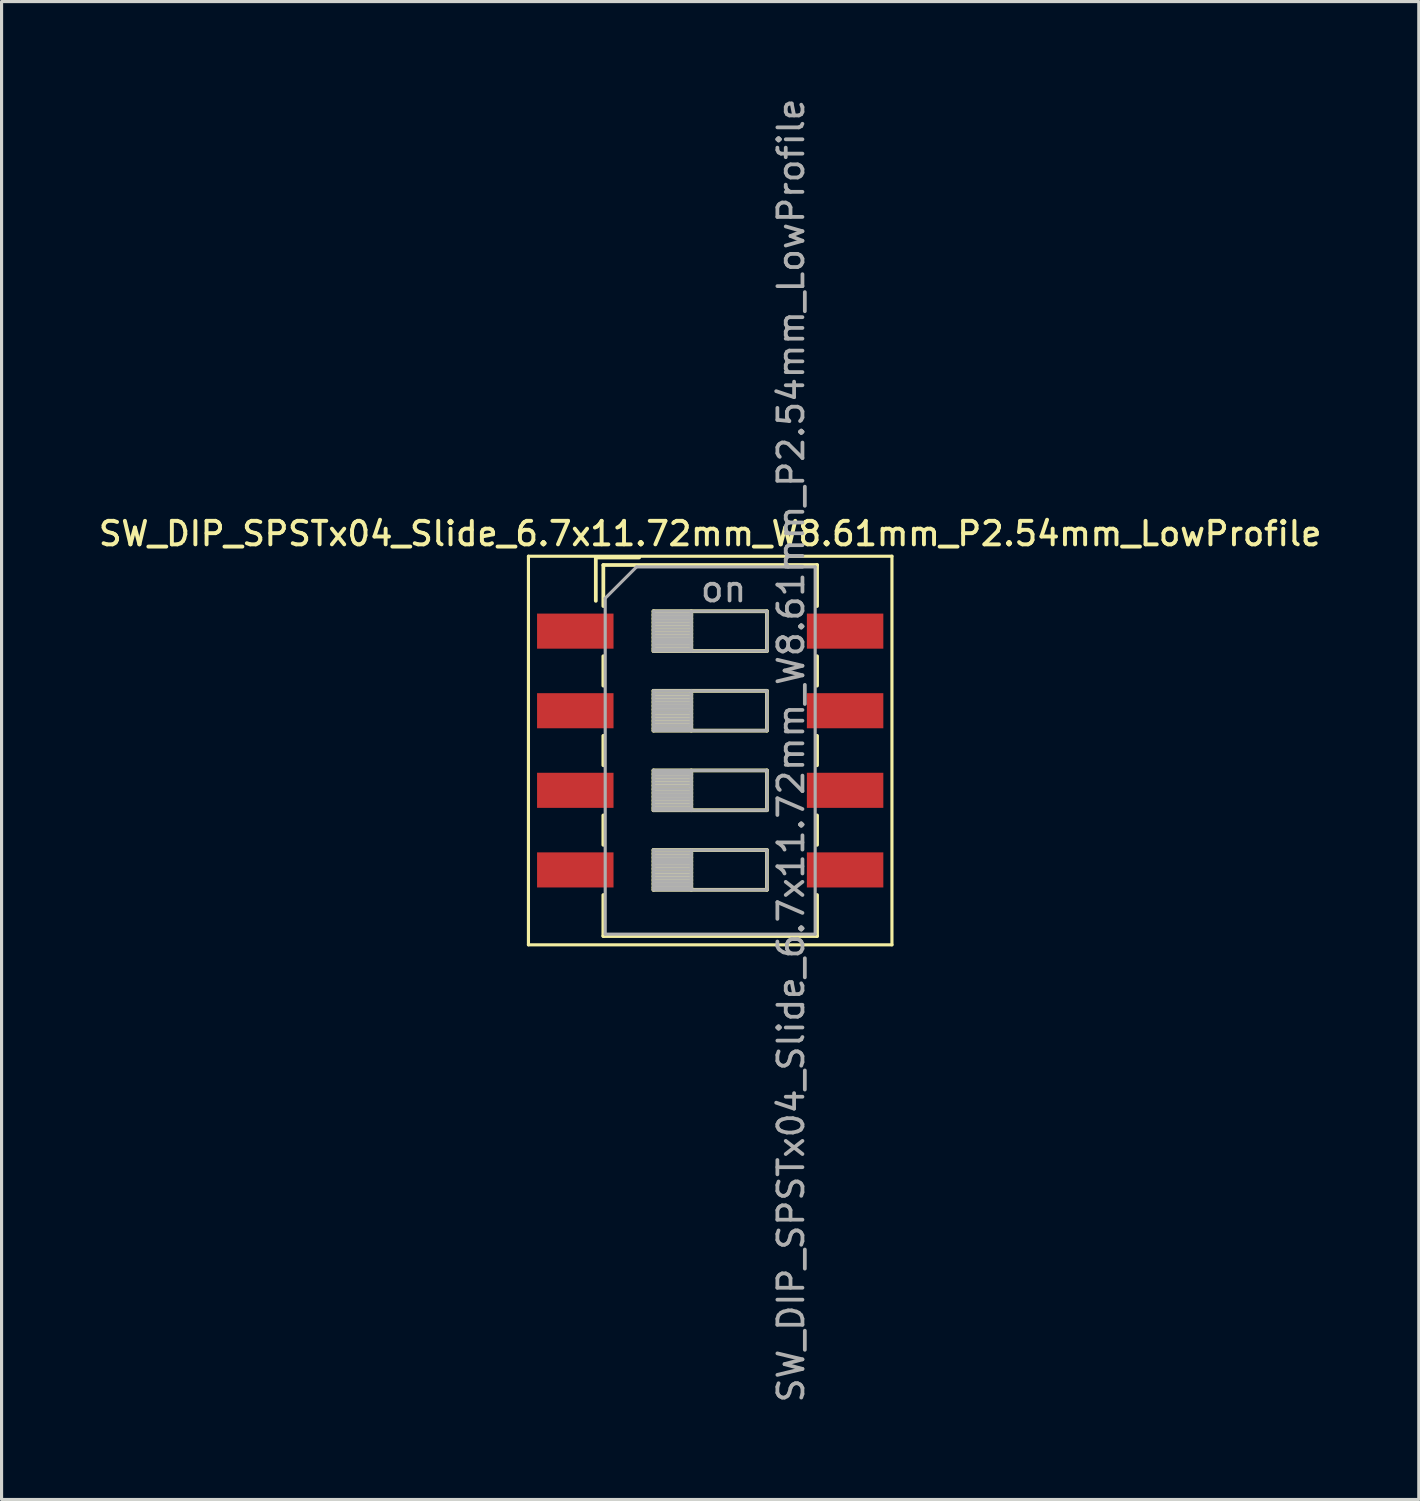
<source format=kicad_pcb>
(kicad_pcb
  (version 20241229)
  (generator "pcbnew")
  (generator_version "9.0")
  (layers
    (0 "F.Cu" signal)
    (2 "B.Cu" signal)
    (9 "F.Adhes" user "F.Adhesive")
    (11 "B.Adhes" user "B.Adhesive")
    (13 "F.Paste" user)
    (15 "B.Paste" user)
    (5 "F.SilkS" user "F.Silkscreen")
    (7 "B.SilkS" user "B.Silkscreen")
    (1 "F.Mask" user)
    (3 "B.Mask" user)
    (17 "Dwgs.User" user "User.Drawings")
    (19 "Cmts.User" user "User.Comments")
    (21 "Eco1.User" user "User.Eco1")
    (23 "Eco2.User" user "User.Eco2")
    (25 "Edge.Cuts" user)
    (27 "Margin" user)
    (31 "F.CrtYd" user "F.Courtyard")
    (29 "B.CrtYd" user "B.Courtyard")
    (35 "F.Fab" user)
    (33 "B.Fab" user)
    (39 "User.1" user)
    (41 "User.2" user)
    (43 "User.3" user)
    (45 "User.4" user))
  (footprint "SW_DIP_SPSTx04_Slide_6.7x11.72mm_W8.61mm_P2.54mm_LowProfile"
    (layer "F.Cu")
    (at 19.613 20.9)
    (property "Reference" "SW_DIP_SPSTx04_Slide_6.7x11.72mm_W8.61mm_P2.54mm_LowProfile" (at 0 -6.92 0) (layer "F.SilkS") (effects (font (size 0.75 0.75) (thickness 0.125))))
    (attr smd)
    (fp_line (start -5.8 -6.2) (end -5.8 6.2) (stroke (width 0.1) (type solid)) (layer "F.SilkS"))
    (fp_line (start -5.8 6.2) (end 5.8 6.2) (stroke (width 0.1) (type solid)) (layer "F.SilkS"))
    (fp_line (start -3.65 -6.16) (end -3.65 -4.777) (stroke (width 0.12) (type solid)) (layer "F.SilkS"))
    (fp_line (start -3.65 -6.16) (end -2.267 -6.16) (stroke (width 0.12) (type solid)) (layer "F.SilkS"))
    (fp_line (start -3.41 -5.92) (end -3.41 -4.61) (stroke (width 0.12) (type solid)) (layer "F.SilkS"))
    (fp_line (start -3.41 -5.92) (end 3.41 -5.92) (stroke (width 0.12) (type solid)) (layer "F.SilkS"))
    (fp_line (start -3.41 -3.01) (end -3.41 -2.07) (stroke (width 0.12) (type solid)) (layer "F.SilkS"))
    (fp_line (start -3.41 -0.47) (end -3.41 0.47) (stroke (width 0.12) (type solid)) (layer "F.SilkS"))
    (fp_line (start -3.41 2.07) (end -3.41 3.01) (stroke (width 0.12) (type solid)) (layer "F.SilkS"))
    (fp_line (start -3.41 4.61) (end -3.41 5.92) (stroke (width 0.12) (type solid)) (layer "F.SilkS"))
    (fp_line (start -3.41 5.92) (end 3.41 5.92) (stroke (width 0.12) (type solid)) (layer "F.SilkS"))
    (fp_line (start -1.81 -4.445) (end -1.81 -3.175) (stroke (width 0.12) (type solid)) (layer "F.SilkS"))
    (fp_line (start -1.81 -4.325) (end -0.603 -4.325) (stroke (width 0.12) (type solid)) (layer "F.SilkS"))
    (fp_line (start -1.81 -4.205) (end -0.603 -4.205) (stroke (width 0.12) (type solid)) (layer "F.SilkS"))
    (fp_line (start -1.81 -4.085) (end -0.603 -4.085) (stroke (width 0.12) (type solid)) (layer "F.SilkS"))
    (fp_line (start -1.81 -3.965) (end -0.603 -3.965) (stroke (width 0.12) (type solid)) (layer "F.SilkS"))
    (fp_line (start -1.81 -3.845) (end -0.603 -3.845) (stroke (width 0.12) (type solid)) (layer "F.SilkS"))
    (fp_line (start -1.81 -3.725) (end -0.603 -3.725) (stroke (width 0.12) (type solid)) (layer "F.SilkS"))
    (fp_line (start -1.81 -3.605) (end -0.603 -3.605) (stroke (width 0.12) (type solid)) (layer "F.SilkS"))
    (fp_line (start -1.81 -3.485) (end -0.603 -3.485) (stroke (width 0.12) (type solid)) (layer "F.SilkS"))
    (fp_line (start -1.81 -3.365) (end -0.603 -3.365) (stroke (width 0.12) (type solid)) (layer "F.SilkS"))
    (fp_line (start -1.81 -3.245) (end -0.603 -3.245) (stroke (width 0.12) (type solid)) (layer "F.SilkS"))
    (fp_line (start -1.81 -3.175) (end 1.81 -3.175) (stroke (width 0.12) (type solid)) (layer "F.SilkS"))
    (fp_line (start -1.81 -1.905) (end -1.81 -0.635) (stroke (width 0.12) (type solid)) (layer "F.SilkS"))
    (fp_line (start -1.81 -1.785) (end -0.603 -1.785) (stroke (width 0.12) (type solid)) (layer "F.SilkS"))
    (fp_line (start -1.81 -1.665) (end -0.603 -1.665) (stroke (width 0.12) (type solid)) (layer "F.SilkS"))
    (fp_line (start -1.81 -1.545) (end -0.603 -1.545) (stroke (width 0.12) (type solid)) (layer "F.SilkS"))
    (fp_line (start -1.81 -1.425) (end -0.603 -1.425) (stroke (width 0.12) (type solid)) (layer "F.SilkS"))
    (fp_line (start -1.81 -1.305) (end -0.603 -1.305) (stroke (width 0.12) (type solid)) (layer "F.SilkS"))
    (fp_line (start -1.81 -1.185) (end -0.603 -1.185) (stroke (width 0.12) (type solid)) (layer "F.SilkS"))
    (fp_line (start -1.81 -1.065) (end -0.603 -1.065) (stroke (width 0.12) (type solid)) (layer "F.SilkS"))
    (fp_line (start -1.81 -0.945) (end -0.603 -0.945) (stroke (width 0.12) (type solid)) (layer "F.SilkS"))
    (fp_line (start -1.81 -0.825) (end -0.603 -0.825) (stroke (width 0.12) (type solid)) (layer "F.SilkS"))
    (fp_line (start -1.81 -0.705) (end -0.603 -0.705) (stroke (width 0.12) (type solid)) (layer "F.SilkS"))
    (fp_line (start -1.81 -0.635) (end 1.81 -0.635) (stroke (width 0.12) (type solid)) (layer "F.SilkS"))
    (fp_line (start -1.81 0.635) (end -1.81 1.905) (stroke (width 0.12) (type solid)) (layer "F.SilkS"))
    (fp_line (start -1.81 0.755) (end -0.603 0.755) (stroke (width 0.12) (type solid)) (layer "F.SilkS"))
    (fp_line (start -1.81 0.875) (end -0.603 0.875) (stroke (width 0.12) (type solid)) (layer "F.SilkS"))
    (fp_line (start -1.81 0.995) (end -0.603 0.995) (stroke (width 0.12) (type solid)) (layer "F.SilkS"))
    (fp_line (start -1.81 1.115) (end -0.603 1.115) (stroke (width 0.12) (type solid)) (layer "F.SilkS"))
    (fp_line (start -1.81 1.235) (end -0.603 1.235) (stroke (width 0.12) (type solid)) (layer "F.SilkS"))
    (fp_line (start -1.81 1.355) (end -0.603 1.355) (stroke (width 0.12) (type solid)) (layer "F.SilkS"))
    (fp_line (start -1.81 1.475) (end -0.603 1.475) (stroke (width 0.12) (type solid)) (layer "F.SilkS"))
    (fp_line (start -1.81 1.595) (end -0.603 1.595) (stroke (width 0.12) (type solid)) (layer "F.SilkS"))
    (fp_line (start -1.81 1.715) (end -0.603 1.715) (stroke (width 0.12) (type solid)) (layer "F.SilkS"))
    (fp_line (start -1.81 1.835) (end -0.603 1.835) (stroke (width 0.12) (type solid)) (layer "F.SilkS"))
    (fp_line (start -1.81 1.905) (end 1.81 1.905) (stroke (width 0.12) (type solid)) (layer "F.SilkS"))
    (fp_line (start -1.81 3.175) (end -1.81 4.445) (stroke (width 0.12) (type solid)) (layer "F.SilkS"))
    (fp_line (start -1.81 3.295) (end -0.603 3.295) (stroke (width 0.12) (type solid)) (layer "F.SilkS"))
    (fp_line (start -1.81 3.415) (end -0.603 3.415) (stroke (width 0.12) (type solid)) (layer "F.SilkS"))
    (fp_line (start -1.81 3.535) (end -0.603 3.535) (stroke (width 0.12) (type solid)) (layer "F.SilkS"))
    (fp_line (start -1.81 3.655) (end -0.603 3.655) (stroke (width 0.12) (type solid)) (layer "F.SilkS"))
    (fp_line (start -1.81 3.775) (end -0.603 3.775) (stroke (width 0.12) (type solid)) (layer "F.SilkS"))
    (fp_line (start -1.81 3.895) (end -0.603 3.895) (stroke (width 0.12) (type solid)) (layer "F.SilkS"))
    (fp_line (start -1.81 4.015) (end -0.603 4.015) (stroke (width 0.12) (type solid)) (layer "F.SilkS"))
    (fp_line (start -1.81 4.135) (end -0.603 4.135) (stroke (width 0.12) (type solid)) (layer "F.SilkS"))
    (fp_line (start -1.81 4.255) (end -0.603 4.255) (stroke (width 0.12) (type solid)) (layer "F.SilkS"))
    (fp_line (start -1.81 4.375) (end -0.603 4.375) (stroke (width 0.12) (type solid)) (layer "F.SilkS"))
    (fp_line (start -1.81 4.445) (end 1.81 4.445) (stroke (width 0.12) (type solid)) (layer "F.SilkS"))
    (fp_line (start -0.603 -4.445) (end -0.603 -3.175) (stroke (width 0.12) (type solid)) (layer "F.SilkS"))
    (fp_line (start -0.603 -1.905) (end -0.603 -0.635) (stroke (width 0.12) (type solid)) (layer "F.SilkS"))
    (fp_line (start -0.603 0.635) (end -0.603 1.905) (stroke (width 0.12) (type solid)) (layer "F.SilkS"))
    (fp_line (start -0.603 3.175) (end -0.603 4.445) (stroke (width 0.12) (type solid)) (layer "F.SilkS"))
    (fp_line (start 1.81 -4.445) (end -1.81 -4.445) (stroke (width 0.12) (type solid)) (layer "F.SilkS"))
    (fp_line (start 1.81 -3.175) (end 1.81 -4.445) (stroke (width 0.12) (type solid)) (layer "F.SilkS"))
    (fp_line (start 1.81 -1.905) (end -1.81 -1.905) (stroke (width 0.12) (type solid)) (layer "F.SilkS"))
    (fp_line (start 1.81 -0.635) (end 1.81 -1.905) (stroke (width 0.12) (type solid)) (layer "F.SilkS"))
    (fp_line (start 1.81 0.635) (end -1.81 0.635) (stroke (width 0.12) (type solid)) (layer "F.SilkS"))
    (fp_line (start 1.81 1.905) (end 1.81 0.635) (stroke (width 0.12) (type solid)) (layer "F.SilkS"))
    (fp_line (start 1.81 3.175) (end -1.81 3.175) (stroke (width 0.12) (type solid)) (layer "F.SilkS"))
    (fp_line (start 1.81 4.445) (end 1.81 3.175) (stroke (width 0.12) (type solid)) (layer "F.SilkS"))
    (fp_line (start 3.41 -5.92) (end 3.41 -4.61) (stroke (width 0.12) (type solid)) (layer "F.SilkS"))
    (fp_line (start 3.41 -3.01) (end 3.41 -2.07) (stroke (width 0.12) (type solid)) (layer "F.SilkS"))
    (fp_line (start 3.41 -0.47) (end 3.41 0.47) (stroke (width 0.12) (type solid)) (layer "F.SilkS"))
    (fp_line (start 3.41 2.07) (end 3.41 3.01) (stroke (width 0.12) (type solid)) (layer "F.SilkS"))
    (fp_line (start 3.41 4.61) (end 3.41 5.92) (stroke (width 0.12) (type solid)) (layer "F.SilkS"))
    (fp_line (start 5.8 -6.2) (end -5.8 -6.2) (stroke (width 0.1) (type solid)) (layer "F.SilkS"))
    (fp_line (start 5.8 6.2) (end 5.8 -6.2) (stroke (width 0.1) (type solid)) (layer "F.SilkS"))
    (fp_line (start -3.35 -4.86) (end -2.35 -5.86) (stroke (width 0.1) (type solid)) (layer "F.Fab"))
    (fp_line (start -3.35 5.86) (end -3.35 -4.86) (stroke (width 0.1) (type solid)) (layer "F.Fab"))
    (fp_line (start -2.35 -5.86) (end 3.35 -5.86) (stroke (width 0.1) (type solid)) (layer "F.Fab"))
    (fp_line (start -1.81 -4.445) (end -1.81 -3.175) (stroke (width 0.1) (type solid)) (layer "F.Fab"))
    (fp_line (start -1.81 -4.345) (end -0.603 -4.345) (stroke (width 0.1) (type solid)) (layer "F.Fab"))
    (fp_line (start -1.81 -4.245) (end -0.603 -4.245) (stroke (width 0.1) (type solid)) (layer "F.Fab"))
    (fp_line (start -1.81 -4.145) (end -0.603 -4.145) (stroke (width 0.1) (type solid)) (layer "F.Fab"))
    (fp_line (start -1.81 -4.045) (end -0.603 -4.045) (stroke (width 0.1) (type solid)) (layer "F.Fab"))
    (fp_line (start -1.81 -3.945) (end -0.603 -3.945) (stroke (width 0.1) (type solid)) (layer "F.Fab"))
    (fp_line (start -1.81 -3.845) (end -0.603 -3.845) (stroke (width 0.1) (type solid)) (layer "F.Fab"))
    (fp_line (start -1.81 -3.745) (end -0.603 -3.745) (stroke (width 0.1) (type solid)) (layer "F.Fab"))
    (fp_line (start -1.81 -3.645) (end -0.603 -3.645) (stroke (width 0.1) (type solid)) (layer "F.Fab"))
    (fp_line (start -1.81 -3.545) (end -0.603 -3.545) (stroke (width 0.1) (type solid)) (layer "F.Fab"))
    (fp_line (start -1.81 -3.445) (end -0.603 -3.445) (stroke (width 0.1) (type solid)) (layer "F.Fab"))
    (fp_line (start -1.81 -3.345) (end -0.603 -3.345) (stroke (width 0.1) (type solid)) (layer "F.Fab"))
    (fp_line (start -1.81 -3.245) (end -0.603 -3.245) (stroke (width 0.1) (type solid)) (layer "F.Fab"))
    (fp_line (start -1.81 -3.175) (end 1.81 -3.175) (stroke (width 0.1) (type solid)) (layer "F.Fab"))
    (fp_line (start -1.81 -1.905) (end -1.81 -0.635) (stroke (width 0.1) (type solid)) (layer "F.Fab"))
    (fp_line (start -1.81 -1.805) (end -0.603 -1.805) (stroke (width 0.1) (type solid)) (layer "F.Fab"))
    (fp_line (start -1.81 -1.705) (end -0.603 -1.705) (stroke (width 0.1) (type solid)) (layer "F.Fab"))
    (fp_line (start -1.81 -1.605) (end -0.603 -1.605) (stroke (width 0.1) (type solid)) (layer "F.Fab"))
    (fp_line (start -1.81 -1.505) (end -0.603 -1.505) (stroke (width 0.1) (type solid)) (layer "F.Fab"))
    (fp_line (start -1.81 -1.405) (end -0.603 -1.405) (stroke (width 0.1) (type solid)) (layer "F.Fab"))
    (fp_line (start -1.81 -1.305) (end -0.603 -1.305) (stroke (width 0.1) (type solid)) (layer "F.Fab"))
    (fp_line (start -1.81 -1.205) (end -0.603 -1.205) (stroke (width 0.1) (type solid)) (layer "F.Fab"))
    (fp_line (start -1.81 -1.105) (end -0.603 -1.105) (stroke (width 0.1) (type solid)) (layer "F.Fab"))
    (fp_line (start -1.81 -1.005) (end -0.603 -1.005) (stroke (width 0.1) (type solid)) (layer "F.Fab"))
    (fp_line (start -1.81 -0.905) (end -0.603 -0.905) (stroke (width 0.1) (type solid)) (layer "F.Fab"))
    (fp_line (start -1.81 -0.805) (end -0.603 -0.805) (stroke (width 0.1) (type solid)) (layer "F.Fab"))
    (fp_line (start -1.81 -0.705) (end -0.603 -0.705) (stroke (width 0.1) (type solid)) (layer "F.Fab"))
    (fp_line (start -1.81 -0.635) (end 1.81 -0.635) (stroke (width 0.1) (type solid)) (layer "F.Fab"))
    (fp_line (start -1.81 0.635) (end -1.81 1.905) (stroke (width 0.1) (type solid)) (layer "F.Fab"))
    (fp_line (start -1.81 0.735) (end -0.603 0.735) (stroke (width 0.1) (type solid)) (layer "F.Fab"))
    (fp_line (start -1.81 0.835) (end -0.603 0.835) (stroke (width 0.1) (type solid)) (layer "F.Fab"))
    (fp_line (start -1.81 0.935) (end -0.603 0.935) (stroke (width 0.1) (type solid)) (layer "F.Fab"))
    (fp_line (start -1.81 1.035) (end -0.603 1.035) (stroke (width 0.1) (type solid)) (layer "F.Fab"))
    (fp_line (start -1.81 1.135) (end -0.603 1.135) (stroke (width 0.1) (type solid)) (layer "F.Fab"))
    (fp_line (start -1.81 1.235) (end -0.603 1.235) (stroke (width 0.1) (type solid)) (layer "F.Fab"))
    (fp_line (start -1.81 1.335) (end -0.603 1.335) (stroke (width 0.1) (type solid)) (layer "F.Fab"))
    (fp_line (start -1.81 1.435) (end -0.603 1.435) (stroke (width 0.1) (type solid)) (layer "F.Fab"))
    (fp_line (start -1.81 1.535) (end -0.603 1.535) (stroke (width 0.1) (type solid)) (layer "F.Fab"))
    (fp_line (start -1.81 1.635) (end -0.603 1.635) (stroke (width 0.1) (type solid)) (layer "F.Fab"))
    (fp_line (start -1.81 1.735) (end -0.603 1.735) (stroke (width 0.1) (type solid)) (layer "F.Fab"))
    (fp_line (start -1.81 1.835) (end -0.603 1.835) (stroke (width 0.1) (type solid)) (layer "F.Fab"))
    (fp_line (start -1.81 1.905) (end 1.81 1.905) (stroke (width 0.1) (type solid)) (layer "F.Fab"))
    (fp_line (start -1.81 3.175) (end -1.81 4.445) (stroke (width 0.1) (type solid)) (layer "F.Fab"))
    (fp_line (start -1.81 3.275) (end -0.603 3.275) (stroke (width 0.1) (type solid)) (layer "F.Fab"))
    (fp_line (start -1.81 3.375) (end -0.603 3.375) (stroke (width 0.1) (type solid)) (layer "F.Fab"))
    (fp_line (start -1.81 3.475) (end -0.603 3.475) (stroke (width 0.1) (type solid)) (layer "F.Fab"))
    (fp_line (start -1.81 3.575) (end -0.603 3.575) (stroke (width 0.1) (type solid)) (layer "F.Fab"))
    (fp_line (start -1.81 3.675) (end -0.603 3.675) (stroke (width 0.1) (type solid)) (layer "F.Fab"))
    (fp_line (start -1.81 3.775) (end -0.603 3.775) (stroke (width 0.1) (type solid)) (layer "F.Fab"))
    (fp_line (start -1.81 3.875) (end -0.603 3.875) (stroke (width 0.1) (type solid)) (layer "F.Fab"))
    (fp_line (start -1.81 3.975) (end -0.603 3.975) (stroke (width 0.1) (type solid)) (layer "F.Fab"))
    (fp_line (start -1.81 4.075) (end -0.603 4.075) (stroke (width 0.1) (type solid)) (layer "F.Fab"))
    (fp_line (start -1.81 4.175) (end -0.603 4.175) (stroke (width 0.1) (type solid)) (layer "F.Fab"))
    (fp_line (start -1.81 4.275) (end -0.603 4.275) (stroke (width 0.1) (type solid)) (layer "F.Fab"))
    (fp_line (start -1.81 4.375) (end -0.603 4.375) (stroke (width 0.1) (type solid)) (layer "F.Fab"))
    (fp_line (start -1.81 4.445) (end 1.81 4.445) (stroke (width 0.1) (type solid)) (layer "F.Fab"))
    (fp_line (start -0.603 -4.445) (end -0.603 -3.175) (stroke (width 0.1) (type solid)) (layer "F.Fab"))
    (fp_line (start -0.603 -1.905) (end -0.603 -0.635) (stroke (width 0.1) (type solid)) (layer "F.Fab"))
    (fp_line (start -0.603 0.635) (end -0.603 1.905) (stroke (width 0.1) (type solid)) (layer "F.Fab"))
    (fp_line (start -0.603 3.175) (end -0.603 4.445) (stroke (width 0.1) (type solid)) (layer "F.Fab"))
    (fp_line (start 1.81 -4.445) (end -1.81 -4.445) (stroke (width 0.1) (type solid)) (layer "F.Fab"))
    (fp_line (start 1.81 -3.175) (end 1.81 -4.445) (stroke (width 0.1) (type solid)) (layer "F.Fab"))
    (fp_line (start 1.81 -1.905) (end -1.81 -1.905) (stroke (width 0.1) (type solid)) (layer "F.Fab"))
    (fp_line (start 1.81 -0.635) (end 1.81 -1.905) (stroke (width 0.1) (type solid)) (layer "F.Fab"))
    (fp_line (start 1.81 0.635) (end -1.81 0.635) (stroke (width 0.1) (type solid)) (layer "F.Fab"))
    (fp_line (start 1.81 1.905) (end 1.81 0.635) (stroke (width 0.1) (type solid)) (layer "F.Fab"))
    (fp_line (start 1.81 3.175) (end -1.81 3.175) (stroke (width 0.1) (type solid)) (layer "F.Fab"))
    (fp_line (start 1.81 4.445) (end 1.81 3.175) (stroke (width 0.1) (type solid)) (layer "F.Fab"))
    (fp_line (start 3.35 -5.86) (end 3.35 5.86) (stroke (width 0.1) (type solid)) (layer "F.Fab"))
    (fp_line (start 3.35 5.86) (end -3.35 5.86) (stroke (width 0.1) (type solid)) (layer "F.Fab"))
    (fp_text user "${REFERENCE}" (at 2.58 0 90) (layer "F.Fab") (effects (font (size 0.8 0.8) (thickness 0.12))))
    (fp_text user "on" (at 0.427 -5.152 0) (layer "F.Fab") (effects (font (size 0.8 0.8) (thickness 0.12))))
    (pad "1" smd rect (at -4.305 -3.81) (size 2.44 1.12) (layers "F.Cu" "F.Mask" "F.Paste"))
    (pad "2" smd rect (at -4.305 -1.27) (size 2.44 1.12) (layers "F.Cu" "F.Mask" "F.Paste"))
    (pad "3" smd rect (at -4.305 1.27) (size 2.44 1.12) (layers "F.Cu" "F.Mask" "F.Paste"))
    (pad "4" smd rect (at -4.305 3.81) (size 2.44 1.12) (layers "F.Cu" "F.Mask" "F.Paste"))
    (pad "5" smd rect (at 4.305 3.81) (size 2.44 1.12) (layers "F.Cu" "F.Mask" "F.Paste"))
    (pad "6" smd rect (at 4.305 1.27) (size 2.44 1.12) (layers "F.Cu" "F.Mask" "F.Paste"))
    (pad "7" smd rect (at 4.305 -1.27) (size 2.44 1.12) (layers "F.Cu" "F.Mask" "F.Paste"))
    (pad "8" smd rect (at 4.305 -3.81) (size 2.44 1.12) (layers "F.Cu" "F.Mask" "F.Paste")))
  (gr_rect
    (start -3 -3)
    (end 42.225 44.8)
    (stroke (width 0.1) (type default))
    (fill no)
    (layer "Edge.Cuts")))
</source>
